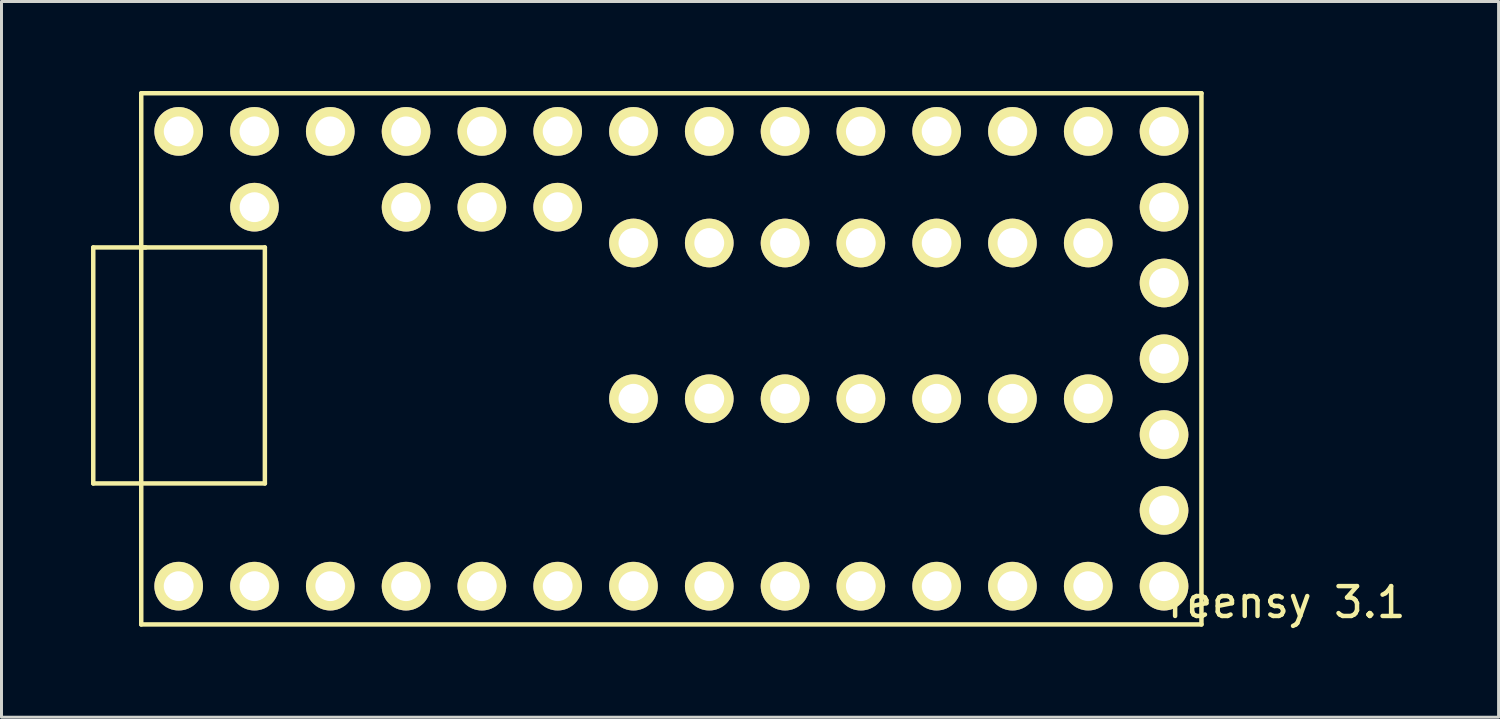
<source format=kicad_pcb>
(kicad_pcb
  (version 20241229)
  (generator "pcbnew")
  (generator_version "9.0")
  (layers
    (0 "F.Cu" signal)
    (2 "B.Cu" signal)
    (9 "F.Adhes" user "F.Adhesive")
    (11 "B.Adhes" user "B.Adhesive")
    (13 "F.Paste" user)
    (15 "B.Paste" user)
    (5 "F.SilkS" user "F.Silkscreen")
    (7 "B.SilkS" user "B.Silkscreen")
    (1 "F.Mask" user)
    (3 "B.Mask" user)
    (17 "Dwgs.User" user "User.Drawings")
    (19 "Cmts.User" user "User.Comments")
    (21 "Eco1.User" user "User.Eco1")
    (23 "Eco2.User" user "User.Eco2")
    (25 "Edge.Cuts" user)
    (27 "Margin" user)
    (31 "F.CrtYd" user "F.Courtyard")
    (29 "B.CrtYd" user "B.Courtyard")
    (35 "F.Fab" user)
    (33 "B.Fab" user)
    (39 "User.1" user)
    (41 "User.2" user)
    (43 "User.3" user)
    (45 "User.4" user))
  (footprint "Teensy 3.1"
    (layer "F.Cu")
    (at 19.125 8.983)
    (property "Reference" "Teensy 3.1" (at 20.871 8.153 0) (layer "F.SilkS") (effects (font (size 1 1) (thickness 0.15))))
    (attr through_hole)
    (fp_line (start -19.05 -3.741) (end -17.292 -3.741) (stroke (width 0.15) (type solid)) (layer "F.SilkS"))
    (fp_line (start -19.05 4.168) (end -19.05 -3.741) (stroke (width 0.15) (type solid)) (layer "F.SilkS"))
    (fp_line (start -17.442 -8.908) (end 18.087 -8.908) (stroke (width 0.15) (type solid)) (layer "F.SilkS"))
    (fp_line (start -17.442 -3.741) (end -13.299 -3.741) (stroke (width 0.15) (type solid)) (layer "F.SilkS"))
    (fp_line (start -17.442 8.893) (end -17.442 -8.908) (stroke (width 0.15) (type solid)) (layer "F.SilkS"))
    (fp_line (start -13.299 -3.741) (end -13.299 4.168) (stroke (width 0.15) (type solid)) (layer "F.SilkS"))
    (fp_line (start -13.299 4.168) (end -19.05 4.168) (stroke (width 0.15) (type solid)) (layer "F.SilkS"))
    (fp_line (start 18.087 -8.908) (end 18.087 8.893) (stroke (width 0.15) (type solid)) (layer "F.SilkS"))
    (fp_line (start 18.087 8.893) (end -17.442 8.893) (stroke (width 0.15) (type solid)) (layer "F.SilkS"))
    (pad "1" thru_hole circle (at -16.187 -7.63) (size 1.63 1.63) (drill 1) (layers "*.Cu" "*.Mask" "F.SilkS"))
    (pad "1" thru_hole circle (at -13.647 -7.63) (size 1.63 1.63) (drill 1) (layers "*.Cu" "*.Mask" "F.SilkS"))
    (pad "1" thru_hole circle (at -8.567 -7.63) (size 1.63 1.63) (drill 1) (layers "*.Cu" "*.Mask" "F.SilkS"))
    (pad "1" thru_hole circle (at -8.567 -5.09) (size 1.63 1.63) (drill 1) (layers "*.Cu" "*.Mask" "F.SilkS"))
    (pad "1" thru_hole circle (at 14.293 -7.63) (size 1.63 1.63) (drill 1) (layers "*.Cu" "*.Mask" "F.SilkS"))
    (pad "1" thru_hole circle (at 14.293 -3.89) (size 1.63 1.63) (drill 1) (layers "*.Cu" "*.Mask" "F.SilkS"))
    (pad "1" thru_hole circle (at 14.293 1.33) (size 1.63 1.63) (drill 1) (layers "*.Cu" "*.Mask" "F.SilkS"))
    (pad "1" thru_hole circle (at 14.293 7.61) (size 1.63 1.63) (drill 1) (layers "*.Cu" "*.Mask" "F.SilkS"))
    (pad "1" thru_hole circle (at 16.833 -7.63) (size 1.63 1.63) (drill 1) (layers "*.Cu" "*.Mask" "F.SilkS"))
    (pad "1" thru_hole circle (at 16.833 7.61) (size 1.63 1.63) (drill 1) (layers "*.Cu" "*.Mask" "F.SilkS"))
    (pad "2" thru_hole circle (at -13.647 -5.09) (size 1.63 1.63) (drill 1) (layers "*.Cu" "*.Mask" "F.SilkS"))
    (pad "2" thru_hole circle (at -6.027 -5.09) (size 1.63 1.63) (drill 1) (layers "*.Cu" "*.Mask" "F.SilkS"))
    (pad "2" thru_hole circle (at 11.753 -3.89) (size 1.63 1.63) (drill 1) (layers "*.Cu" "*.Mask" "F.SilkS"))
    (pad "2" thru_hole circle (at 11.753 1.33) (size 1.63 1.63) (drill 1) (layers "*.Cu" "*.Mask" "F.SilkS"))
    (pad "2" thru_hole circle (at 16.833 -5.09) (size 1.63 1.63) (drill 1) (layers "*.Cu" "*.Mask" "F.SilkS"))
    (pad "3" thru_hole circle (at -11.107 -7.63) (size 1.63 1.63) (drill 1) (layers "*.Cu" "*.Mask" "F.SilkS"))
    (pad "3" thru_hole circle (at -3.487 -5.09) (size 1.63 1.63) (drill 1) (layers "*.Cu" "*.Mask" "F.SilkS"))
    (pad "3" thru_hole circle (at 9.213 -3.89) (size 1.63 1.63) (drill 1) (layers "*.Cu" "*.Mask" "F.SilkS"))
    (pad "3" thru_hole circle (at 9.213 1.33) (size 1.63 1.63) (drill 1) (layers "*.Cu" "*.Mask" "F.SilkS"))
    (pad "3" thru_hole circle (at 11.753 7.61) (size 1.63 1.63) (drill 1) (layers "*.Cu" "*.Mask" "F.SilkS"))
    (pad "3" thru_hole circle (at 16.833 -2.55) (size 1.63 1.63) (drill 1) (layers "*.Cu" "*.Mask" "F.SilkS"))
    (pad "4" thru_hole circle (at 6.673 -3.89) (size 1.63 1.63) (drill 1) (layers "*.Cu" "*.Mask" "F.SilkS"))
    (pad "4" thru_hole circle (at 6.673 1.33) (size 1.63 1.63) (drill 1) (layers "*.Cu" "*.Mask" "F.SilkS"))
    (pad "4" thru_hole circle (at 9.213 7.61) (size 1.63 1.63) (drill 1) (layers "*.Cu" "*.Mask" "F.SilkS"))
    (pad "4" thru_hole circle (at 16.833 -0.01) (size 1.63 1.63) (drill 1) (layers "*.Cu" "*.Mask" "F.SilkS"))
    (pad "5" thru_hole circle (at -6.027 -7.63) (size 1.63 1.63) (drill 1) (layers "*.Cu" "*.Mask" "F.SilkS"))
    (pad "5" thru_hole circle (at 4.133 -3.89) (size 1.63 1.63) (drill 1) (layers "*.Cu" "*.Mask" "F.SilkS"))
    (pad "5" thru_hole circle (at 4.133 1.33) (size 1.63 1.63) (drill 1) (layers "*.Cu" "*.Mask" "F.SilkS"))
    (pad "5" thru_hole circle (at 6.673 7.61) (size 1.63 1.63) (drill 1) (layers "*.Cu" "*.Mask" "F.SilkS"))
    (pad "5" thru_hole circle (at 16.833 2.53) (size 1.63 1.63) (drill 1) (layers "*.Cu" "*.Mask" "F.SilkS"))
    (pad "6" thru_hole circle (at -3.487 -7.63) (size 1.63 1.63) (drill 1) (layers "*.Cu" "*.Mask" "F.SilkS"))
    (pad "6" thru_hole circle (at 1.593 -3.89) (size 1.63 1.63) (drill 1) (layers "*.Cu" "*.Mask" "F.SilkS"))
    (pad "6" thru_hole circle (at 1.593 1.33) (size 1.63 1.63) (drill 1) (layers "*.Cu" "*.Mask" "F.SilkS"))
    (pad "6" thru_hole circle (at 4.133 7.61) (size 1.63 1.63) (drill 1) (layers "*.Cu" "*.Mask" "F.SilkS"))
    (pad "6" thru_hole circle (at 16.833 5.07) (size 1.63 1.63) (drill 1) (layers "*.Cu" "*.Mask" "F.SilkS"))
    (pad "7" thru_hole circle (at -0.947 -7.63) (size 1.63 1.63) (drill 1) (layers "*.Cu" "*.Mask" "F.SilkS"))
    (pad "7" thru_hole circle (at -0.947 -3.89) (size 1.63 1.63) (drill 1) (layers "*.Cu" "*.Mask" "F.SilkS"))
    (pad "7" thru_hole circle (at -0.947 1.33) (size 1.63 1.63) (drill 1) (layers "*.Cu" "*.Mask" "F.SilkS"))
    (pad "7" thru_hole circle (at 1.593 7.61) (size 1.63 1.63) (drill 1) (layers "*.Cu" "*.Mask" "F.SilkS"))
    (pad "8" thru_hole circle (at -0.947 7.61) (size 1.63 1.63) (drill 1) (layers "*.Cu" "*.Mask" "F.SilkS"))
    (pad "8" thru_hole circle (at 1.593 -7.63) (size 1.63 1.63) (drill 1) (layers "*.Cu" "*.Mask" "F.SilkS"))
    (pad "9" thru_hole circle (at -3.487 7.61) (size 1.63 1.63) (drill 1) (layers "*.Cu" "*.Mask" "F.SilkS"))
    (pad "9" thru_hole circle (at 4.133 -7.63) (size 1.63 1.63) (drill 1) (layers "*.Cu" "*.Mask" "F.SilkS"))
    (pad "10" thru_hole circle (at -6.027 7.61) (size 1.63 1.63) (drill 1) (layers "*.Cu" "*.Mask" "F.SilkS"))
    (pad "10" thru_hole circle (at 6.673 -7.63) (size 1.63 1.63) (drill 1) (layers "*.Cu" "*.Mask" "F.SilkS"))
    (pad "11" thru_hole circle (at -8.567 7.61) (size 1.63 1.63) (drill 1) (layers "*.Cu" "*.Mask" "F.SilkS"))
    (pad "11" thru_hole circle (at 9.213 -7.63) (size 1.63 1.63) (drill 1) (layers "*.Cu" "*.Mask" "F.SilkS"))
    (pad "12" thru_hole circle (at -11.107 7.61) (size 1.63 1.63) (drill 1) (layers "*.Cu" "*.Mask" "F.SilkS"))
    (pad "12" thru_hole circle (at 11.753 -7.63) (size 1.63 1.63) (drill 1) (layers "*.Cu" "*.Mask" "F.SilkS"))
    (pad "13" thru_hole circle (at -13.647 7.61) (size 1.63 1.63) (drill 1) (layers "*.Cu" "*.Mask" "F.SilkS"))
    (pad "14" thru_hole circle (at -16.187 7.61) (size 1.63 1.63) (drill 1) (layers "*.Cu" "*.Mask" "F.SilkS")))
  (gr_rect
    (start -3 -3)
    (end 47.169 20.984)
    (stroke (width 0.1) (type default))
    (fill no)
    (layer "Edge.Cuts")))
</source>
